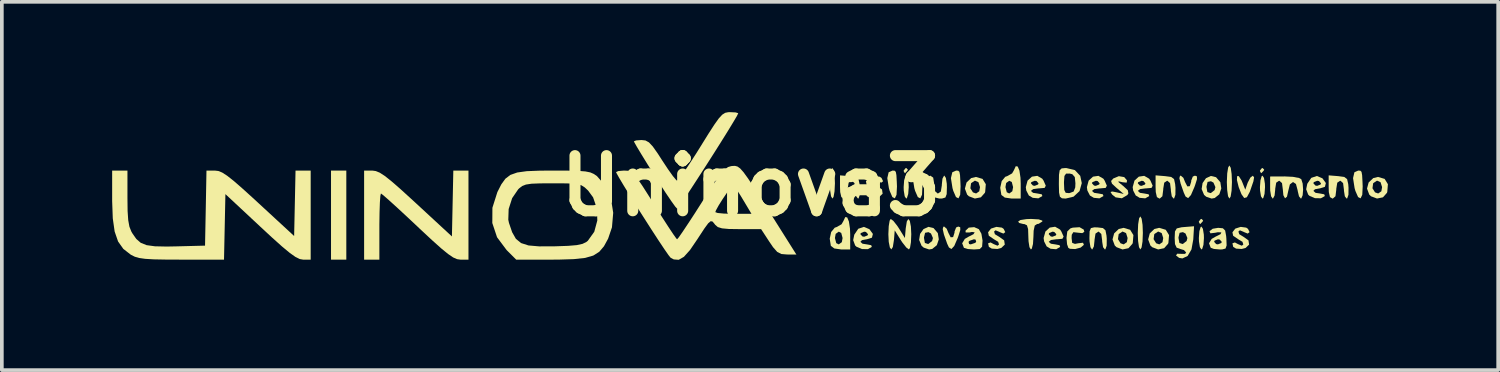
<source format=kicad_pcb>
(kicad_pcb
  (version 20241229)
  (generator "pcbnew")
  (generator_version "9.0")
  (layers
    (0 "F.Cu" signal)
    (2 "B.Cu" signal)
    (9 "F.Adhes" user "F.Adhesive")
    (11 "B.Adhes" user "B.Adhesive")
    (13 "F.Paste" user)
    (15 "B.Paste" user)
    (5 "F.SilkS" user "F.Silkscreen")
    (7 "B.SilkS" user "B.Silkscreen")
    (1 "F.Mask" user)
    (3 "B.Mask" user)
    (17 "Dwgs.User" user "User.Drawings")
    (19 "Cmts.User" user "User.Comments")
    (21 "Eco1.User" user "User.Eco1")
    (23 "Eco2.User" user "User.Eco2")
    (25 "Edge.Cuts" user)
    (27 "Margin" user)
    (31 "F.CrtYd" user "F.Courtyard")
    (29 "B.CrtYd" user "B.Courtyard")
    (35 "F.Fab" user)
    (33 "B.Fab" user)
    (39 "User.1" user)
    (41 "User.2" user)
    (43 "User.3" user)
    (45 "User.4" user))
  (footprint "Uninova3"
    (layer "F.Cu")
    (at 17.372 2.004)
    (property "Reference" "Uninova3" (at 0 0 0) (layer "F.SilkS") (effects (font (size 1.5 1.5) (thickness 0.3))))
    (attr board_only exclude_from_pos_files exclude_from_bom)
    (fp_poly (pts (xy -11.004 0.796) (xy -11.004 2.007) (xy -11.212 2.007) (xy -11.42 2.007) (xy -11.42 0.796) (xy -11.42 -0.415) (xy -11.212 -0.415) (xy -11.004 -0.415)) (stroke (width 0) (type solid)) (fill yes) (layer "F.SilkS"))
    (fp_poly (pts (xy 4.267 -0.442) (xy 4.256 -0.415) (xy 4.194 -0.349) (xy 4.183 -0.346) (xy 4.153 -0.4) (xy 4.153 -0.415) (xy 4.206 -0.482) (xy 4.226 -0.484)) (stroke (width 0) (type solid)) (fill yes) (layer "F.SilkS"))
    (fp_poly (pts (xy 12.296 0.942) (xy 12.285 0.969) (xy 12.223 1.035) (xy 12.211 1.038) (xy 12.182 0.985) (xy 12.181 0.969) (xy 12.234 0.902) (xy 12.254 0.9)) (stroke (width 0) (type solid)) (fill yes) (layer "F.SilkS"))
    (fp_poly (pts (xy 13.957 -0.442) (xy 13.946 -0.415) (xy 13.884 -0.349) (xy 13.872 -0.346) (xy 13.843 -0.4) (xy 13.842 -0.415) (xy 13.895 -0.482) (xy 13.915 -0.484)) (stroke (width 0) (type solid)) (fill yes) (layer "F.SilkS"))
    (fp_poly (pts (xy 2.252 -0.421) (xy 2.277 -0.257) (xy 2.284 -0.069) (xy 2.273 0.152) (xy 2.246 0.302) (xy 2.215 0.346) (xy 2.178 0.283) (xy 2.153 0.118) (xy 2.146 -0.069) (xy 2.156 -0.29) (xy 2.183 -0.44) (xy 2.215 -0.484)) (stroke (width 0) (type solid)) (fill yes) (layer "F.SilkS"))
    (fp_poly (pts (xy 4.263 -0.215) (xy 4.288 -0.058) (xy 4.291 0.035) (xy 4.277 0.22) (xy 4.242 0.332) (xy 4.222 0.346) (xy 4.181 0.284) (xy 4.156 0.128) (xy 4.153 0.035) (xy 4.166 -0.151) (xy 4.201 -0.263) (xy 4.222 -0.277)) (stroke (width 0) (type solid)) (fill yes) (layer "F.SilkS"))
    (fp_poly (pts (xy 10.625 0.894) (xy 10.65 1.062) (xy 10.658 1.28) (xy 10.649 1.515) (xy 10.623 1.676) (xy 10.589 1.73) (xy 10.553 1.667) (xy 10.528 1.498) (xy 10.52 1.28) (xy 10.53 1.045) (xy 10.556 0.884) (xy 10.589 0.831)) (stroke (width 0) (type solid)) (fill yes) (layer "F.SilkS"))
    (fp_poly (pts (xy 12.291 1.169) (xy 12.316 1.326) (xy 12.319 1.419) (xy 12.306 1.605) (xy 12.271 1.716) (xy 12.25 1.73) (xy 12.209 1.668) (xy 12.184 1.512) (xy 12.181 1.419) (xy 12.195 1.233) (xy 12.229 1.122) (xy 12.25 1.107)) (stroke (width 0) (type solid)) (fill yes) (layer "F.SilkS"))
    (fp_poly (pts (xy 13.048 -0.49) (xy 13.072 -0.322) (xy 13.081 -0.104) (xy 13.071 0.131) (xy 13.045 0.292) (xy 13.011 0.346) (xy 12.975 0.282) (xy 12.951 0.114) (xy 12.942 -0.104) (xy 12.952 -0.339) (xy 12.978 -0.5) (xy 13.011 -0.554)) (stroke (width 0) (type solid)) (fill yes) (layer "F.SilkS"))
    (fp_poly (pts (xy 13.952 -0.215) (xy 13.977 -0.058) (xy 13.98 0.035) (xy 13.967 0.22) (xy 13.932 0.332) (xy 13.911 0.346) (xy 13.87 0.284) (xy 13.845 0.128) (xy 13.842 0.035) (xy 13.856 -0.151) (xy 13.89 -0.263) (xy 13.911 -0.277)) (stroke (width 0) (type solid)) (fill yes) (layer "F.SilkS"))
    (fp_poly (pts (xy 3.906 -0.412) (xy 3.939 -0.381) (xy 3.956 -0.29) (xy 3.966 -0.108) (xy 3.971 0.017) (xy 3.959 0.243) (xy 3.913 0.34) (xy 3.846 0.305) (xy 3.772 0.136) (xy 3.751 0.061) (xy 3.708 -0.21) (xy 3.745 -0.369) (xy 3.849 -0.415)) (stroke (width 0) (type solid)) (fill yes) (layer "F.SilkS"))
    (fp_poly (pts (xy 4.598 -0.412) (xy 4.631 -0.381) (xy 4.648 -0.29) (xy 4.658 -0.108) (xy 4.663 0.017) (xy 4.652 0.243) (xy 4.605 0.34) (xy 4.538 0.305) (xy 4.464 0.136) (xy 4.443 0.061) (xy 4.4 -0.21) (xy 4.437 -0.369) (xy 4.541 -0.415)) (stroke (width 0) (type solid)) (fill yes) (layer "F.SilkS"))
    (fp_poly (pts (xy 5.636 -0.412) (xy 5.669 -0.381) (xy 5.686 -0.29) (xy 5.696 -0.108) (xy 5.701 0.017) (xy 5.69 0.243) (xy 5.643 0.34) (xy 5.576 0.305) (xy 5.502 0.136) (xy 5.481 0.061) (xy 5.438 -0.21) (xy 5.476 -0.369) (xy 5.579 -0.415)) (stroke (width 0) (type solid)) (fill yes) (layer "F.SilkS"))
    (fp_poly (pts (xy 16.572 -0.412) (xy 16.604 -0.381) (xy 16.621 -0.29) (xy 16.631 -0.108) (xy 16.636 0.017) (xy 16.625 0.243) (xy 16.579 0.34) (xy 16.511 0.305) (xy 16.437 0.136) (xy 16.416 0.061) (xy 16.374 -0.21) (xy 16.411 -0.369) (xy 16.514 -0.415)) (stroke (width 0) (type solid)) (fill yes) (layer "F.SilkS"))
    (fp_poly (pts (xy 13.683 -0.231) (xy 13.664 -0.121) (xy 13.567 0.161) (xy 13.487 0.31) (xy 13.414 0.331) (xy 13.339 0.227) (xy 13.264 0.035) (xy 13.216 -0.159) (xy 13.221 -0.264) (xy 13.267 -0.264) (xy 13.342 -0.147) (xy 13.367 -0.087) (xy 13.443 0.104) (xy 13.51 -0.087) (xy 13.581 -0.224) (xy 13.649 -0.275)) (stroke (width 0) (type solid)) (fill yes) (layer "F.SilkS"))
    (fp_poly (pts (xy 5.691 1.126) (xy 5.693 1.202) (xy 5.641 1.367) (xy 5.622 1.419) (xy 5.529 1.634) (xy 5.452 1.718) (xy 5.384 1.675) (xy 5.337 1.575) (xy 5.248 1.322) (xy 5.215 1.175) (xy 5.232 1.113) (xy 5.254 1.107) (xy 5.323 1.166) (xy 5.37 1.28) (xy 5.431 1.399) (xy 5.498 1.394) (xy 5.536 1.274) (xy 5.537 1.242) (xy 5.58 1.132) (xy 5.637 1.107)) (stroke (width 0) (type solid)) (fill yes) (layer "F.SilkS"))
    (fp_poly (pts (xy 12.128 -0.258) (xy 12.13 -0.182) (xy 12.078 -0.017) (xy 12.059 0.035) (xy 11.966 0.25) (xy 11.889 0.334) (xy 11.82 0.291) (xy 11.773 0.19) (xy 11.685 -0.062) (xy 11.651 -0.209) (xy 11.668 -0.271) (xy 11.69 -0.277) (xy 11.76 -0.218) (xy 11.806 -0.104) (xy 11.867 0.015) (xy 11.934 0.01) (xy 11.972 -0.111) (xy 11.973 -0.143) (xy 12.016 -0.252) (xy 12.074 -0.277)) (stroke (width 0) (type solid)) (fill yes) (layer "F.SilkS"))
    (fp_poly (pts (xy 7.826 0.912) (xy 7.923 0.945) (xy 7.925 0.969) (xy 7.824 1.033) (xy 7.782 1.038) (xy 7.718 1.08) (xy 7.688 1.22) (xy 7.682 1.384) (xy 7.67 1.582) (xy 7.638 1.707) (xy 7.613 1.73) (xy 7.574 1.668) (xy 7.549 1.509) (xy 7.544 1.384) (xy 7.537 1.177) (xy 7.506 1.073) (xy 7.437 1.04) (xy 7.405 1.038) (xy 7.293 1.009) (xy 7.267 0.969) (xy 7.329 0.93) (xy 7.489 0.905) (xy 7.617 0.9)) (stroke (width 0) (type solid)) (fill yes) (layer "F.SilkS"))
    (fp_poly (pts (xy 2.682 -0.264) (xy 2.845 -0.242) (xy 2.924 -0.184) (xy 2.954 -0.048) (xy 2.963 0.052) (xy 2.961 0.243) (xy 2.927 0.34) (xy 2.911 0.346) (xy 2.862 0.285) (xy 2.838 0.136) (xy 2.838 0.104) (xy 2.815 -0.075) (xy 2.743 -0.138) (xy 2.734 -0.138) (xy 2.657 -0.086) (xy 2.63 0.082) (xy 2.63 0.104) (xy 2.607 0.283) (xy 2.536 0.346) (xy 2.526 0.346) (xy 2.458 0.306) (xy 2.427 0.169) (xy 2.422 0.03) (xy 2.422 -0.285)) (stroke (width 0) (type solid)) (fill yes) (layer "F.SilkS"))
    (fp_poly (pts (xy 6.298 -0.189) (xy 6.387 -0.045) (xy 6.37 0.162) (xy 6.361 0.19) (xy 6.253 0.312) (xy 6.09 0.345) (xy 5.927 0.284) (xy 5.879 0.238) (xy 5.818 0.075) (xy 5.821 0.066) (xy 5.967 0.066) (xy 6.037 0.177) (xy 6.123 0.208) (xy 6.209 0.148) (xy 6.229 0.035) (xy 6.187 -0.099) (xy 6.091 -0.142) (xy 5.99 -0.075) (xy 5.985 -0.066) (xy 5.967 0.066) (xy 5.821 0.066) (xy 5.863 -0.091) (xy 5.989 -0.211) (xy 6.119 -0.242)) (stroke (width 0) (type solid)) (fill yes) (layer "F.SilkS"))
    (fp_poly (pts (xy 9.049 1.189) (xy 9.066 1.251) (xy 9.01 1.286) (xy 8.893 1.274) (xy 8.768 1.26) (xy 8.724 1.331) (xy 8.72 1.419) (xy 8.736 1.551) (xy 8.812 1.579) (xy 8.9 1.562) (xy 9.03 1.547) (xy 9.053 1.599) (xy 9.051 1.606) (xy 8.966 1.679) (xy 8.817 1.719) (xy 8.675 1.712) (xy 8.631 1.687) (xy 8.597 1.59) (xy 8.582 1.421) (xy 8.582 1.409) (xy 8.603 1.24) (xy 8.687 1.158) (xy 8.751 1.137) (xy 8.937 1.125)) (stroke (width 0) (type solid)) (fill yes) (layer "F.SilkS"))
    (fp_poly (pts (xy 10.151 -0.238) (xy 10.228 -0.148) (xy 10.217 -0.087) (xy 10.104 -0.098) (xy 10.096 -0.1) (xy 9.996 -0.124) (xy 9.997 -0.1) (xy 10.103 -0.013) (xy 10.124 0.004) (xy 10.248 0.119) (xy 10.264 0.206) (xy 10.237 0.25) (xy 10.087 0.338) (xy 9.917 0.313) (xy 9.824 0.238) (xy 9.778 0.167) (xy 9.828 0.154) (xy 9.937 0.175) (xy 10.139 0.221) (xy 9.942 0.056) (xy 9.818 -0.059) (xy 9.794 -0.132) (xy 9.852 -0.199) (xy 10.004 -0.263)) (stroke (width 0) (type solid)) (fill yes) (layer "F.SilkS"))
    (fp_poly (pts (xy 10.312 1.195) (xy 10.401 1.339) (xy 10.384 1.547) (xy 10.375 1.575) (xy 10.267 1.696) (xy 10.105 1.73) (xy 9.942 1.668) (xy 9.894 1.622) (xy 9.833 1.459) (xy 9.835 1.45) (xy 9.981 1.45) (xy 10.051 1.562) (xy 10.137 1.592) (xy 10.223 1.532) (xy 10.243 1.419) (xy 10.201 1.285) (xy 10.105 1.242) (xy 10.005 1.309) (xy 9.999 1.318) (xy 9.981 1.45) (xy 9.835 1.45) (xy 9.877 1.293) (xy 10.003 1.173) (xy 10.133 1.142)) (stroke (width 0) (type solid)) (fill yes) (layer "F.SilkS"))
    (fp_poly (pts (xy 11.264 -0.264) (xy 11.427 -0.242) (xy 11.506 -0.184) (xy 11.536 -0.048) (xy 11.545 0.052) (xy 11.543 0.243) (xy 11.509 0.34) (xy 11.493 0.346) (xy 11.444 0.285) (xy 11.42 0.136) (xy 11.42 0.104) (xy 11.397 -0.075) (xy 11.325 -0.138) (xy 11.316 -0.138) (xy 11.239 -0.086) (xy 11.212 0.082) (xy 11.212 0.104) (xy 11.189 0.283) (xy 11.118 0.346) (xy 11.108 0.346) (xy 11.04 0.306) (xy 11.009 0.169) (xy 11.004 0.03) (xy 11.004 -0.285)) (stroke (width 0) (type solid)) (fill yes) (layer "F.SilkS"))
    (fp_poly (pts (xy 11.281 1.195) (xy 11.37 1.339) (xy 11.353 1.547) (xy 11.344 1.575) (xy 11.236 1.696) (xy 11.074 1.73) (xy 10.911 1.668) (xy 10.863 1.622) (xy 10.802 1.459) (xy 10.804 1.45) (xy 10.95 1.45) (xy 11.02 1.562) (xy 11.106 1.592) (xy 11.192 1.532) (xy 11.212 1.419) (xy 11.17 1.285) (xy 11.074 1.242) (xy 10.973 1.309) (xy 10.968 1.318) (xy 10.95 1.45) (xy 10.804 1.45) (xy 10.846 1.293) (xy 10.972 1.173) (xy 11.102 1.142)) (stroke (width 0) (type solid)) (fill yes) (layer "F.SilkS"))
    (fp_poly (pts (xy 15.97 -0.264) (xy 16.134 -0.242) (xy 16.212 -0.184) (xy 16.243 -0.048) (xy 16.251 0.052) (xy 16.249 0.243) (xy 16.215 0.34) (xy 16.199 0.346) (xy 16.151 0.285) (xy 16.127 0.136) (xy 16.126 0.104) (xy 16.103 -0.075) (xy 16.032 -0.138) (xy 16.022 -0.138) (xy 15.945 -0.086) (xy 15.918 0.082) (xy 15.918 0.104) (xy 15.896 0.283) (xy 15.824 0.346) (xy 15.814 0.346) (xy 15.746 0.306) (xy 15.715 0.169) (xy 15.711 0.03) (xy 15.711 -0.285)) (stroke (width 0) (type solid)) (fill yes) (layer "F.SilkS"))
    (fp_poly (pts (xy 17.233 -0.189) (xy 17.322 -0.045) (xy 17.305 0.162) (xy 17.296 0.19) (xy 17.188 0.312) (xy 17.026 0.345) (xy 16.863 0.284) (xy 16.815 0.238) (xy 16.754 0.075) (xy 16.756 0.066) (xy 16.902 0.066) (xy 16.972 0.177) (xy 17.058 0.208) (xy 17.144 0.148) (xy 17.164 0.035) (xy 17.122 -0.099) (xy 17.026 -0.142) (xy 16.926 -0.075) (xy 16.92 -0.066) (xy 16.902 0.066) (xy 16.756 0.066) (xy 16.798 -0.091) (xy 16.924 -0.211) (xy 17.054 -0.242)) (stroke (width 0) (type solid)) (fill yes) (layer "F.SilkS"))
    (fp_poly (pts (xy 4.966 1.149) (xy 5.082 1.285) (xy 5.109 1.456) (xy 5.055 1.614) (xy 4.93 1.716) (xy 4.845 1.73) (xy 4.698 1.68) (xy 4.64 1.63) (xy 4.574 1.471) (xy 4.582 1.419) (xy 4.706 1.419) (xy 4.73 1.553) (xy 4.815 1.581) (xy 4.827 1.579) (xy 4.927 1.5) (xy 4.949 1.419) (xy 4.896 1.296) (xy 4.827 1.259) (xy 4.736 1.277) (xy 4.706 1.4) (xy 4.706 1.419) (xy 4.582 1.419) (xy 4.599 1.308) (xy 4.692 1.177) (xy 4.826 1.115)) (stroke (width 0) (type solid)) (fill yes) (layer "F.SilkS"))
    (fp_poly (pts (xy 5.301 -0.215) (xy 5.326 -0.058) (xy 5.329 0.035) (xy 5.323 0.226) (xy 5.288 0.317) (xy 5.2 0.344) (xy 5.124 0.346) (xy 4.928 0.297) (xy 4.847 0.212) (xy 4.786 0.034) (xy 4.78 -0.137) (xy 4.825 -0.253) (xy 4.879 -0.277) (xy 4.956 -0.224) (xy 4.983 -0.057) (xy 4.983 -0.035) (xy 5.006 0.145) (xy 5.077 0.207) (xy 5.087 0.208) (xy 5.164 0.155) (xy 5.191 -0.013) (xy 5.191 -0.035) (xy 5.208 -0.195) (xy 5.251 -0.275) (xy 5.26 -0.277)) (stroke (width 0) (type solid)) (fill yes) (layer "F.SilkS"))
    (fp_poly (pts (xy 12.648 -0.235) (xy 12.765 -0.099) (xy 12.791 0.071) (xy 12.737 0.23) (xy 12.612 0.331) (xy 12.527 0.346) (xy 12.381 0.296) (xy 12.323 0.246) (xy 12.256 0.087) (xy 12.265 0.035) (xy 12.389 0.035) (xy 12.412 0.169) (xy 12.497 0.197) (xy 12.51 0.194) (xy 12.609 0.116) (xy 12.631 0.035) (xy 12.578 -0.088) (xy 12.51 -0.125) (xy 12.418 -0.107) (xy 12.389 0.016) (xy 12.389 0.035) (xy 12.265 0.035) (xy 12.282 -0.076) (xy 12.374 -0.207) (xy 12.508 -0.269)) (stroke (width 0) (type solid)) (fill yes) (layer "F.SilkS"))
    (fp_poly (pts (xy 2.618 0.859) (xy 2.664 0.97) (xy 2.693 1.163) (xy 2.699 1.319) (xy 2.699 1.73) (xy 2.455 1.73) (xy 2.267 1.703) (xy 2.173 1.632) (xy 2.142 1.436) (xy 2.146 1.419) (xy 2.284 1.419) (xy 2.32 1.558) (xy 2.388 1.592) (xy 2.471 1.532) (xy 2.492 1.419) (xy 2.455 1.28) (xy 2.388 1.246) (xy 2.304 1.306) (xy 2.284 1.419) (xy 2.146 1.419) (xy 2.182 1.255) (xy 2.279 1.138) (xy 2.329 1.121) (xy 2.464 1.045) (xy 2.514 0.958) (xy 2.565 0.849)) (stroke (width 0) (type solid)) (fill yes) (layer "F.SilkS"))
    (fp_poly (pts (xy 3.873 0.953) (xy 3.98 1.089) (xy 4.026 1.159) (xy 4.187 1.419) (xy 4.209 1.159) (xy 4.239 0.968) (xy 4.279 0.902) (xy 4.32 0.952) (xy 4.35 1.107) (xy 4.36 1.315) (xy 4.351 1.534) (xy 4.326 1.684) (xy 4.297 1.73) (xy 4.225 1.677) (xy 4.118 1.541) (xy 4.072 1.471) (xy 3.91 1.211) (xy 3.889 1.471) (xy 3.859 1.662) (xy 3.818 1.728) (xy 3.778 1.678) (xy 3.747 1.523) (xy 3.737 1.315) (xy 3.747 1.096) (xy 3.772 0.946) (xy 3.801 0.9)) (stroke (width 0) (type solid)) (fill yes) (layer "F.SilkS"))
    (fp_poly (pts (xy 7.255 -0.525) (xy 7.301 -0.415) (xy 7.33 -0.221) (xy 7.336 -0.065) (xy 7.336 0.346) (xy 7.092 0.346) (xy 6.904 0.319) (xy 6.81 0.248) (xy 6.779 0.052) (xy 6.783 0.035) (xy 6.921 0.035) (xy 6.957 0.174) (xy 7.025 0.208) (xy 7.108 0.147) (xy 7.129 0.035) (xy 7.093 -0.105) (xy 7.025 -0.138) (xy 6.941 -0.078) (xy 6.921 0.035) (xy 6.783 0.035) (xy 6.819 -0.129) (xy 6.916 -0.246) (xy 6.966 -0.263) (xy 7.102 -0.339) (xy 7.152 -0.426) (xy 7.202 -0.535)) (stroke (width 0) (type solid)) (fill yes) (layer "F.SilkS"))
    (fp_poly (pts (xy 9.43 1.131) (xy 9.572 1.148) (xy 9.641 1.209) (xy 9.669 1.353) (xy 9.676 1.436) (xy 9.674 1.627) (xy 9.64 1.724) (xy 9.624 1.73) (xy 9.576 1.669) (xy 9.552 1.52) (xy 9.551 1.488) (xy 9.528 1.309) (xy 9.457 1.246) (xy 9.447 1.246) (xy 9.37 1.298) (xy 9.344 1.466) (xy 9.343 1.488) (xy 9.326 1.648) (xy 9.283 1.728) (xy 9.274 1.73) (xy 9.233 1.668) (xy 9.208 1.512) (xy 9.205 1.425) (xy 9.21 1.236) (xy 9.245 1.149) (xy 9.338 1.128)) (stroke (width 0) (type solid)) (fill yes) (layer "F.SilkS"))
    (fp_poly (pts (xy 3.502 -0.248) (xy 3.55 -0.215) (xy 3.594 -0.125) (xy 3.543 -0.086) (xy 3.439 -0.128) (xy 3.434 -0.132) (xy 3.33 -0.175) (xy 3.289 -0.142) (xy 3.312 -0.069) (xy 3.427 0.000332) (xy 3.564 0.098) (xy 3.581 0.214) (xy 3.484 0.306) (xy 3.38 0.333) (xy 3.227 0.322) (xy 3.149 0.276) (xy 3.127 0.178) (xy 3.195 0.155) (xy 3.28 0.201) (xy 3.384 0.244) (xy 3.424 0.211) (xy 3.401 0.138) (xy 3.287 0.069) (xy 3.147 -0.027) (xy 3.127 -0.121) (xy 3.206 -0.221) (xy 3.353 -0.268)) (stroke (width 0) (type solid)) (fill yes) (layer "F.SilkS"))
    (fp_poly (pts (xy 6.824 1.136) (xy 6.872 1.17) (xy 6.916 1.259) (xy 6.865 1.298) (xy 6.761 1.256) (xy 6.756 1.252) (xy 6.652 1.209) (xy 6.612 1.243) (xy 6.634 1.315) (xy 6.749 1.385) (xy 6.886 1.482) (xy 6.903 1.598) (xy 6.806 1.69) (xy 6.702 1.717) (xy 6.549 1.707) (xy 6.471 1.66) (xy 6.449 1.563) (xy 6.517 1.539) (xy 6.602 1.585) (xy 6.706 1.628) (xy 6.746 1.595) (xy 6.723 1.522) (xy 6.609 1.453) (xy 6.469 1.357) (xy 6.449 1.263) (xy 6.528 1.163) (xy 6.675 1.116)) (stroke (width 0) (type solid)) (fill yes) (layer "F.SilkS"))
    (fp_poly (pts (xy 13.468 1.136) (xy 13.517 1.17) (xy 13.56 1.259) (xy 13.509 1.298) (xy 13.405 1.256) (xy 13.4 1.252) (xy 13.296 1.209) (xy 13.256 1.243) (xy 13.279 1.315) (xy 13.393 1.385) (xy 13.53 1.482) (xy 13.547 1.598) (xy 13.45 1.69) (xy 13.346 1.717) (xy 13.193 1.707) (xy 13.115 1.66) (xy 13.094 1.563) (xy 13.161 1.539) (xy 13.246 1.585) (xy 13.35 1.628) (xy 13.39 1.595) (xy 13.367 1.522) (xy 13.253 1.453) (xy 13.113 1.357) (xy 13.094 1.263) (xy 13.172 1.163) (xy 13.319 1.116)) (stroke (width 0) (type solid)) (fill yes) (layer "F.SilkS"))
    (fp_poly (pts (xy 3.222 1.179) (xy 3.316 1.308) (xy 3.29 1.41) (xy 3.153 1.453) (xy 3.149 1.453) (xy 3.019 1.477) (xy 2.976 1.523) (xy 3.035 1.574) (xy 3.153 1.592) (xy 3.271 1.614) (xy 3.287 1.661) (xy 3.18 1.722) (xy 3.019 1.719) (xy 2.87 1.656) (xy 2.834 1.622) (xy 2.78 1.477) (xy 2.81 1.329) (xy 2.819 1.315) (xy 2.976 1.315) (xy 3.032 1.376) (xy 3.08 1.384) (xy 3.172 1.347) (xy 3.184 1.315) (xy 3.128 1.254) (xy 3.08 1.246) (xy 2.988 1.283) (xy 2.976 1.315) (xy 2.819 1.315) (xy 2.919 1.167) (xy 3.072 1.116)) (stroke (width 0) (type solid)) (fill yes) (layer "F.SilkS"))
    (fp_poly (pts (xy 15.541 -0.205) (xy 15.635 -0.076) (xy 15.609 0.026) (xy 15.473 0.069) (xy 15.468 0.069) (xy 15.338 0.093) (xy 15.295 0.138) (xy 15.355 0.19) (xy 15.472 0.208) (xy 15.59 0.23) (xy 15.607 0.277) (xy 15.499 0.338) (xy 15.338 0.335) (xy 15.189 0.272) (xy 15.154 0.238) (xy 15.099 0.093) (xy 15.129 -0.055) (xy 15.138 -0.069) (xy 15.295 -0.069) (xy 15.351 -0.008) (xy 15.399 0) (xy 15.491 -0.037) (xy 15.503 -0.069) (xy 15.447 -0.131) (xy 15.399 -0.138) (xy 15.307 -0.101) (xy 15.295 -0.069) (xy 15.138 -0.069) (xy 15.238 -0.217) (xy 15.391 -0.268)) (stroke (width 0) (type solid)) (fill yes) (layer "F.SilkS"))
    (fp_poly (pts (xy 6.198 1.179) (xy 6.267 1.302) (xy 6.298 1.486) (xy 6.298 1.496) (xy 6.286 1.655) (xy 6.222 1.719) (xy 6.067 1.73) (xy 5.896 1.718) (xy 5.794 1.687) (xy 5.791 1.684) (xy 5.744 1.562) (xy 5.768 1.523) (xy 5.917 1.523) (xy 5.932 1.582) (xy 5.978 1.592) (xy 6.098 1.551) (xy 6.125 1.523) (xy 6.11 1.463) (xy 6.064 1.453) (xy 5.944 1.494) (xy 5.917 1.523) (xy 5.768 1.523) (xy 5.816 1.443) (xy 5.917 1.384) (xy 6.052 1.315) (xy 6.085 1.264) (xy 6.01 1.254) (xy 5.948 1.267) (xy 5.842 1.269) (xy 5.833 1.223) (xy 5.923 1.136) (xy 6.071 1.123)) (stroke (width 0) (type solid)) (fill yes) (layer "F.SilkS"))
    (fp_poly (pts (xy 7.921 -0.195) (xy 7.957 -0.143) (xy 8.018 -0.004) (xy 7.986 0.056) (xy 7.838 0.069) (xy 7.821 0.069) (xy 7.675 0.089) (xy 7.613 0.138) (xy 7.613 0.138) (xy 7.672 0.19) (xy 7.79 0.208) (xy 7.908 0.23) (xy 7.925 0.277) (xy 7.816 0.34) (xy 7.664 0.326) (xy 7.558 0.263) (xy 7.488 0.128) (xy 7.475 0.035) (xy 7.503 -0.069) (xy 7.613 -0.069) (xy 7.669 -0.008) (xy 7.717 0) (xy 7.809 -0.037) (xy 7.821 -0.069) (xy 7.765 -0.131) (xy 7.717 -0.138) (xy 7.625 -0.101) (xy 7.613 -0.069) (xy 7.503 -0.069) (xy 7.523 -0.142) (xy 7.641 -0.25) (xy 7.788 -0.272)) (stroke (width 0) (type solid)) (fill yes) (layer "F.SilkS"))
    (fp_poly (pts (xy 8.406 1.189) (xy 8.441 1.241) (xy 8.503 1.38) (xy 8.47 1.44) (xy 8.322 1.453) (xy 8.305 1.453) (xy 8.159 1.473) (xy 8.098 1.522) (xy 8.098 1.523) (xy 8.157 1.574) (xy 8.275 1.592) (xy 8.392 1.614) (xy 8.409 1.661) (xy 8.301 1.724) (xy 8.149 1.711) (xy 8.042 1.647) (xy 7.973 1.512) (xy 7.959 1.419) (xy 7.988 1.315) (xy 8.098 1.315) (xy 8.154 1.376) (xy 8.201 1.384) (xy 8.293 1.347) (xy 8.305 1.315) (xy 8.249 1.254) (xy 8.201 1.246) (xy 8.109 1.283) (xy 8.098 1.315) (xy 7.988 1.315) (xy 8.008 1.242) (xy 8.126 1.135) (xy 8.272 1.112)) (stroke (width 0) (type solid)) (fill yes) (layer "F.SilkS"))
    (fp_poly (pts (xy 8.809 -0.428) (xy 8.955 -0.272) (xy 8.997 -0.075) (xy 8.936 0.143) (xy 8.774 0.294) (xy 8.559 0.346) (xy 8.457 0.339) (xy 8.402 0.295) (xy 8.379 0.181) (xy 8.374 -0.034) (xy 8.374 -0.069) (xy 8.513 -0.069) (xy 8.521 0.112) (xy 8.559 0.189) (xy 8.647 0.198) (xy 8.669 0.195) (xy 8.776 0.154) (xy 8.819 0.043) (xy 8.824 -0.069) (xy 8.807 -0.239) (xy 8.74 -0.316) (xy 8.669 -0.334) (xy 8.57 -0.333) (xy 8.525 -0.269) (xy 8.513 -0.108) (xy 8.513 -0.069) (xy 8.374 -0.069) (xy 8.377 -0.299) (xy 8.396 -0.423) (xy 8.448 -0.474) (xy 8.547 -0.484) (xy 8.577 -0.484)) (stroke (width 0) (type solid)) (fill yes) (layer "F.SilkS"))
    (fp_poly (pts (xy 9.583 -0.195) (xy 9.618 -0.143) (xy 9.679 -0.004) (xy 9.647 0.056) (xy 9.499 0.069) (xy 9.482 0.069) (xy 9.336 0.089) (xy 9.274 0.138) (xy 9.274 0.138) (xy 9.333 0.19) (xy 9.451 0.208) (xy 9.569 0.23) (xy 9.586 0.277) (xy 9.477 0.34) (xy 9.325 0.326) (xy 9.219 0.263) (xy 9.149 0.128) (xy 9.136 0.035) (xy 9.164 -0.069) (xy 9.274 -0.069) (xy 9.33 -0.008) (xy 9.378 0) (xy 9.47 -0.037) (xy 9.482 -0.069) (xy 9.426 -0.131) (xy 9.378 -0.138) (xy 9.286 -0.101) (xy 9.274 -0.069) (xy 9.164 -0.069) (xy 9.184 -0.142) (xy 9.302 -0.25) (xy 9.449 -0.272)) (stroke (width 0) (type solid)) (fill yes) (layer "F.SilkS"))
    (fp_poly (pts (xy 10.828 -0.195) (xy 10.864 -0.143) (xy 10.925 -0.004) (xy 10.893 0.056) (xy 10.745 0.069) (xy 10.728 0.069) (xy 10.582 0.089) (xy 10.52 0.138) (xy 10.52 0.138) (xy 10.579 0.19) (xy 10.697 0.208) (xy 10.815 0.23) (xy 10.831 0.277) (xy 10.723 0.34) (xy 10.571 0.326) (xy 10.465 0.263) (xy 10.395 0.128) (xy 10.381 0.035) (xy 10.41 -0.069) (xy 10.52 -0.069) (xy 10.576 -0.008) (xy 10.624 0) (xy 10.716 -0.037) (xy 10.728 -0.069) (xy 10.671 -0.131) (xy 10.624 -0.138) (xy 10.532 -0.101) (xy 10.52 -0.069) (xy 10.41 -0.069) (xy 10.43 -0.142) (xy 10.548 -0.25) (xy 10.695 -0.272)) (stroke (width 0) (type solid)) (fill yes) (layer "F.SilkS"))
    (fp_poly (pts (xy 12.029 1.458) (xy 11.98 1.729) (xy 11.876 1.907) (xy 11.733 1.974) (xy 11.645 1.959) (xy 11.56 1.895) (xy 11.591 1.846) (xy 11.696 1.849) (xy 11.807 1.849) (xy 11.835 1.812) (xy 11.776 1.747) (xy 11.679 1.718) (xy 11.577 1.681) (xy 11.532 1.585) (xy 11.523 1.419) (xy 11.627 1.419) (xy 11.651 1.553) (xy 11.736 1.581) (xy 11.748 1.579) (xy 11.848 1.5) (xy 11.869 1.419) (xy 11.817 1.296) (xy 11.748 1.259) (xy 11.657 1.277) (xy 11.627 1.4) (xy 11.627 1.419) (xy 11.523 1.419) (xy 11.531 1.241) (xy 11.58 1.158) (xy 11.709 1.127) (xy 11.787 1.12) (xy 12.05 1.099)) (stroke (width 0) (type solid)) (fill yes) (layer "F.SilkS"))
    (fp_poly (pts (xy 12.834 1.154) (xy 12.896 1.215) (xy 12.923 1.364) (xy 12.929 1.436) (xy 12.936 1.62) (xy 12.906 1.705) (xy 12.816 1.729) (xy 12.75 1.73) (xy 12.59 1.716) (xy 12.504 1.684) (xy 12.457 1.562) (xy 12.481 1.523) (xy 12.596 1.523) (xy 12.652 1.584) (xy 12.7 1.592) (xy 12.792 1.554) (xy 12.804 1.523) (xy 12.748 1.461) (xy 12.7 1.453) (xy 12.608 1.491) (xy 12.596 1.523) (xy 12.481 1.523) (xy 12.529 1.443) (xy 12.631 1.384) (xy 12.772 1.313) (xy 12.792 1.265) (xy 12.693 1.262) (xy 12.624 1.276) (xy 12.495 1.291) (xy 12.472 1.239) (xy 12.474 1.231) (xy 12.557 1.167) (xy 12.706 1.142)) (stroke (width 0) (type solid)) (fill yes) (layer "F.SilkS"))
    (fp_poly (pts (xy 14.741 -0.245) (xy 14.907 -0.213) (xy 14.966 -0.181) (xy 15.004 -0.062) (xy 15.016 0.102) (xy 15.004 0.255) (xy 14.967 0.341) (xy 14.954 0.346) (xy 14.904 0.285) (xy 14.869 0.138) (xy 14.867 0.121) (xy 14.821 -0.051) (xy 14.742 -0.104) (xy 14.656 -0.039) (xy 14.616 0.121) (xy 14.577 0.295) (xy 14.524 0.339) (xy 14.479 0.255) (xy 14.465 0.104) (xy 14.442 -0.075) (xy 14.37 -0.138) (xy 14.361 -0.138) (xy 14.284 -0.086) (xy 14.257 0.082) (xy 14.257 0.104) (xy 14.24 0.264) (xy 14.197 0.344) (xy 14.188 0.346) (xy 14.146 0.284) (xy 14.121 0.129) (xy 14.119 0.046) (xy 14.119 -0.254) (xy 14.517 -0.256)) (stroke (width 0) (type solid)) (fill yes) (layer "F.SilkS"))
    (fp_poly (pts (xy -7.682 0.796) (xy -7.682 2.007) (xy -7.9 2.007) (xy -7.991 1.994) (xy -8.099 1.947) (xy -8.237 1.853) (xy -8.423 1.701) (xy -8.672 1.478) (xy -9.001 1.172) (xy -9.069 1.107) (xy -9.369 0.826) (xy -9.634 0.581) (xy -9.849 0.386) (xy -9.997 0.257) (xy -10.062 0.208) (xy -10.063 0.208) (xy -10.078 0.273) (xy -10.091 0.45) (xy -10.1 0.715) (xy -10.105 1.041) (xy -10.105 1.107) (xy -10.105 2.007) (xy -10.312 2.007) (xy -10.52 2.007) (xy -10.52 0.796) (xy -10.52 -0.415) (xy -10.295 -0.415) (xy -10.202 -0.402) (xy -10.095 -0.358) (xy -9.957 -0.269) (xy -9.774 -0.123) (xy -9.528 0.091) (xy -9.203 0.387) (xy -9.101 0.481) (xy -8.132 1.376) (xy -8.113 0.48) (xy -8.094 -0.415) (xy -7.888 -0.415) (xy -7.682 -0.415)) (stroke (width 0) (type solid)) (fill yes) (layer "F.SilkS"))
    (fp_poly (pts (xy -0.418 -1.997) (xy -0.347 -1.976) (xy -0.346 -1.974) (xy -0.381 -1.901) (xy -0.479 -1.735) (xy -0.625 -1.495) (xy -0.808 -1.202) (xy -1.013 -0.877) (xy -1.229 -0.539) (xy -1.441 -0.21) (xy -1.637 0.091) (xy -1.803 0.342) (xy -1.927 0.524) (xy -1.996 0.616) (xy -2.005 0.623) (xy -2.057 0.567) (xy -2.167 0.414) (xy -2.323 0.184) (xy -2.51 -0.104) (xy -2.619 -0.276) (xy -2.814 -0.588) (xy -2.98 -0.858) (xy -3.104 -1.065) (xy -3.173 -1.187) (xy -3.184 -1.21) (xy -3.123 -1.235) (xy -2.978 -1.246) (xy -2.975 -1.246) (xy -2.868 -1.234) (xy -2.774 -1.182) (xy -2.669 -1.07) (xy -2.531 -0.874) (xy -2.414 -0.692) (xy -2.256 -0.453) (xy -2.122 -0.265) (xy -2.03 -0.156) (xy -2.005 -0.138) (xy -1.95 -0.194) (xy -1.838 -0.349) (xy -1.682 -0.582) (xy -1.494 -0.873) (xy -1.371 -1.07) (xy -1.153 -1.421) (xy -0.991 -1.671) (xy -0.872 -1.837) (xy -0.78 -1.936) (xy -0.7 -1.986) (xy -0.618 -2.003) (xy -0.571 -2.004)) (stroke (width 0) (type solid)) (fill yes) (layer "F.SilkS"))
    (fp_poly (pts (xy -16.956 0.329) (xy -16.952 0.684) (xy -16.935 0.933) (xy -16.903 1.109) (xy -16.85 1.243) (xy -16.821 1.293) (xy -16.715 1.445) (xy -16.595 1.549) (xy -16.436 1.613) (xy -16.209 1.644) (xy -15.888 1.651) (xy -15.624 1.646) (xy -14.846 1.626) (xy -14.826 0.606) (xy -14.807 -0.415) (xy -14.579 -0.415) (xy -14.485 -0.404) (xy -14.38 -0.362) (xy -14.246 -0.276) (xy -14.067 -0.135) (xy -13.827 0.074) (xy -13.509 0.362) (xy -13.387 0.475) (xy -12.423 1.364) (xy -12.404 0.475) (xy -12.385 -0.415) (xy -12.179 -0.415) (xy -11.973 -0.415) (xy -11.973 0.796) (xy -11.973 2.007) (xy -12.178 2.007) (xy -12.27 1.991) (xy -12.386 1.934) (xy -12.54 1.825) (xy -12.749 1.652) (xy -13.027 1.403) (xy -13.337 1.116) (xy -14.292 0.225) (xy -14.311 1.116) (xy -14.33 2.007) (xy -15.488 2.007) (xy -15.924 2.005) (xy -16.245 1.999) (xy -16.475 1.985) (xy -16.637 1.962) (xy -16.755 1.928) (xy -16.853 1.879) (xy -16.867 1.871) (xy -17.068 1.715) (xy -17.211 1.513) (xy -17.304 1.243) (xy -17.355 0.884) (xy -17.372 0.412) (xy -17.372 0.383) (xy -17.372 -0.415) (xy -17.164 -0.415) (xy -16.956 -0.415)) (stroke (width 0) (type solid)) (fill yes) (layer "F.SilkS"))
    (fp_poly (pts (xy -4.98 -0.414) (xy -4.697 -0.407) (xy -4.502 -0.392) (xy -4.368 -0.365) (xy -4.272 -0.323) (xy -4.188 -0.265) (xy -3.956 -0.000095) (xy -3.807 0.345) (xy -3.746 0.733) (xy -3.78 1.129) (xy -3.885 1.438) (xy -3.998 1.644) (xy -4.125 1.793) (xy -4.288 1.896) (xy -4.51 1.96) (xy -4.816 1.993) (xy -5.227 2.006) (xy -5.424 2.007) (xy -6.384 2.007) (xy -6.645 1.746) (xy -6.905 1.398) (xy -7.034 1.011) (xy -7.033 0.922) (xy -6.599 0.922) (xy -6.581 1.007) (xy -6.494 1.262) (xy -6.392 1.441) (xy -6.252 1.556) (xy -6.05 1.621) (xy -5.76 1.646) (xy -5.36 1.645) (xy -5.319 1.644) (xy -4.973 1.632) (xy -4.737 1.612) (xy -4.581 1.578) (xy -4.477 1.527) (xy -4.436 1.494) (xy -4.261 1.249) (xy -4.178 0.942) (xy -4.189 0.616) (xy -4.293 0.313) (xy -4.429 0.128) (xy -4.521 0.042) (xy -4.61 -0.014) (xy -4.727 -0.048) (xy -4.902 -0.064) (xy -5.166 -0.069) (xy -5.396 -0.069) (xy -5.736 -0.067) (xy -5.967 -0.058) (xy -6.119 -0.035) (xy -6.221 0.005) (xy -6.303 0.068) (xy -6.331 0.096) (xy -6.494 0.335) (xy -6.589 0.631) (xy -6.599 0.922) (xy -7.033 0.922) (xy -7.031 0.596) (xy -6.896 0.17) (xy -6.789 -0.04) (xy -6.679 -0.193) (xy -6.543 -0.297) (xy -6.356 -0.363) (xy -6.097 -0.399) (xy -5.74 -0.413) (xy -5.376 -0.415)) (stroke (width 0) (type solid)) (fill yes) (layer "F.SilkS"))
    (fp_poly (pts (xy -0.366 -0.525) (xy -0.293 -0.473) (xy -0.202 -0.371) (xy -0.081 -0.204) (xy 0.081 0.041) (xy 0.297 0.379) (xy 0.47 0.654) (xy 1.236 1.869) (xy 0.981 1.867) (xy 0.828 1.854) (xy 0.715 1.797) (xy 0.601 1.668) (xy 0.501 1.521) (xy 0.276 1.177) (xy -0.308 1.177) (xy -0.601 1.173) (xy -0.787 1.156) (xy -0.901 1.121) (xy -0.973 1.059) (xy -0.993 1.032) (xy -1.044 0.971) (xy -1.094 0.961) (xy -1.162 1.018) (xy -1.265 1.158) (xy -1.421 1.396) (xy -1.454 1.447) (xy -1.658 1.746) (xy -1.823 1.93) (xy -1.964 2.011) (xy -2.099 2.001) (xy -2.186 1.954) (xy -2.242 1.884) (xy -2.356 1.72) (xy -2.514 1.483) (xy -2.701 1.196) (xy -2.903 0.88) (xy -3.108 0.559) (xy -3.299 0.253) (xy -3.464 -0.015) (xy -3.588 -0.223) (xy -3.658 -0.349) (xy -3.668 -0.374) (xy -3.607 -0.402) (xy -3.459 -0.415) (xy -3.437 -0.415) (xy -3.347 -0.41) (xy -3.268 -0.382) (xy -3.185 -0.315) (xy -3.084 -0.192) (xy -2.949 0.005) (xy -2.766 0.292) (xy -2.625 0.519) (xy -2.426 0.836) (xy -2.251 1.107) (xy -2.115 1.312) (xy -2.03 1.431) (xy -2.008 1.453) (xy -1.961 1.398) (xy -1.854 1.244) (xy -1.699 1.011) (xy -1.508 0.719) (xy -1.506 0.715) (xy -0.969 0.715) (xy -0.906 0.738) (xy -0.739 0.754) (xy -0.503 0.761) (xy -0.478 0.761) (xy 0.014 0.761) (xy -0.12 0.536) (xy -0.279 0.271) (xy -0.385 0.107) (xy -0.452 0.023) (xy -0.494 0) (xy -0.551 0.053) (xy -0.651 0.186) (xy -0.769 0.359) (xy -0.878 0.532) (xy -0.952 0.667) (xy -0.969 0.715) (xy -1.506 0.715) (xy -1.348 0.467) (xy -1.115 0.102) (xy -0.94 -0.161) (xy -0.809 -0.34) (xy -0.708 -0.451) (xy -0.623 -0.511) (xy -0.54 -0.536) (xy -0.509 -0.54) (xy -0.434 -0.543)) (stroke (width 0) (type solid)) (fill yes) (layer "F.SilkS")))
  (gr_rect
    (start -3 -3)
    (end 37.693 7.015)
    (stroke (width 0.1) (type default))
    (fill no)
    (layer "Edge.Cuts")))
</source>
